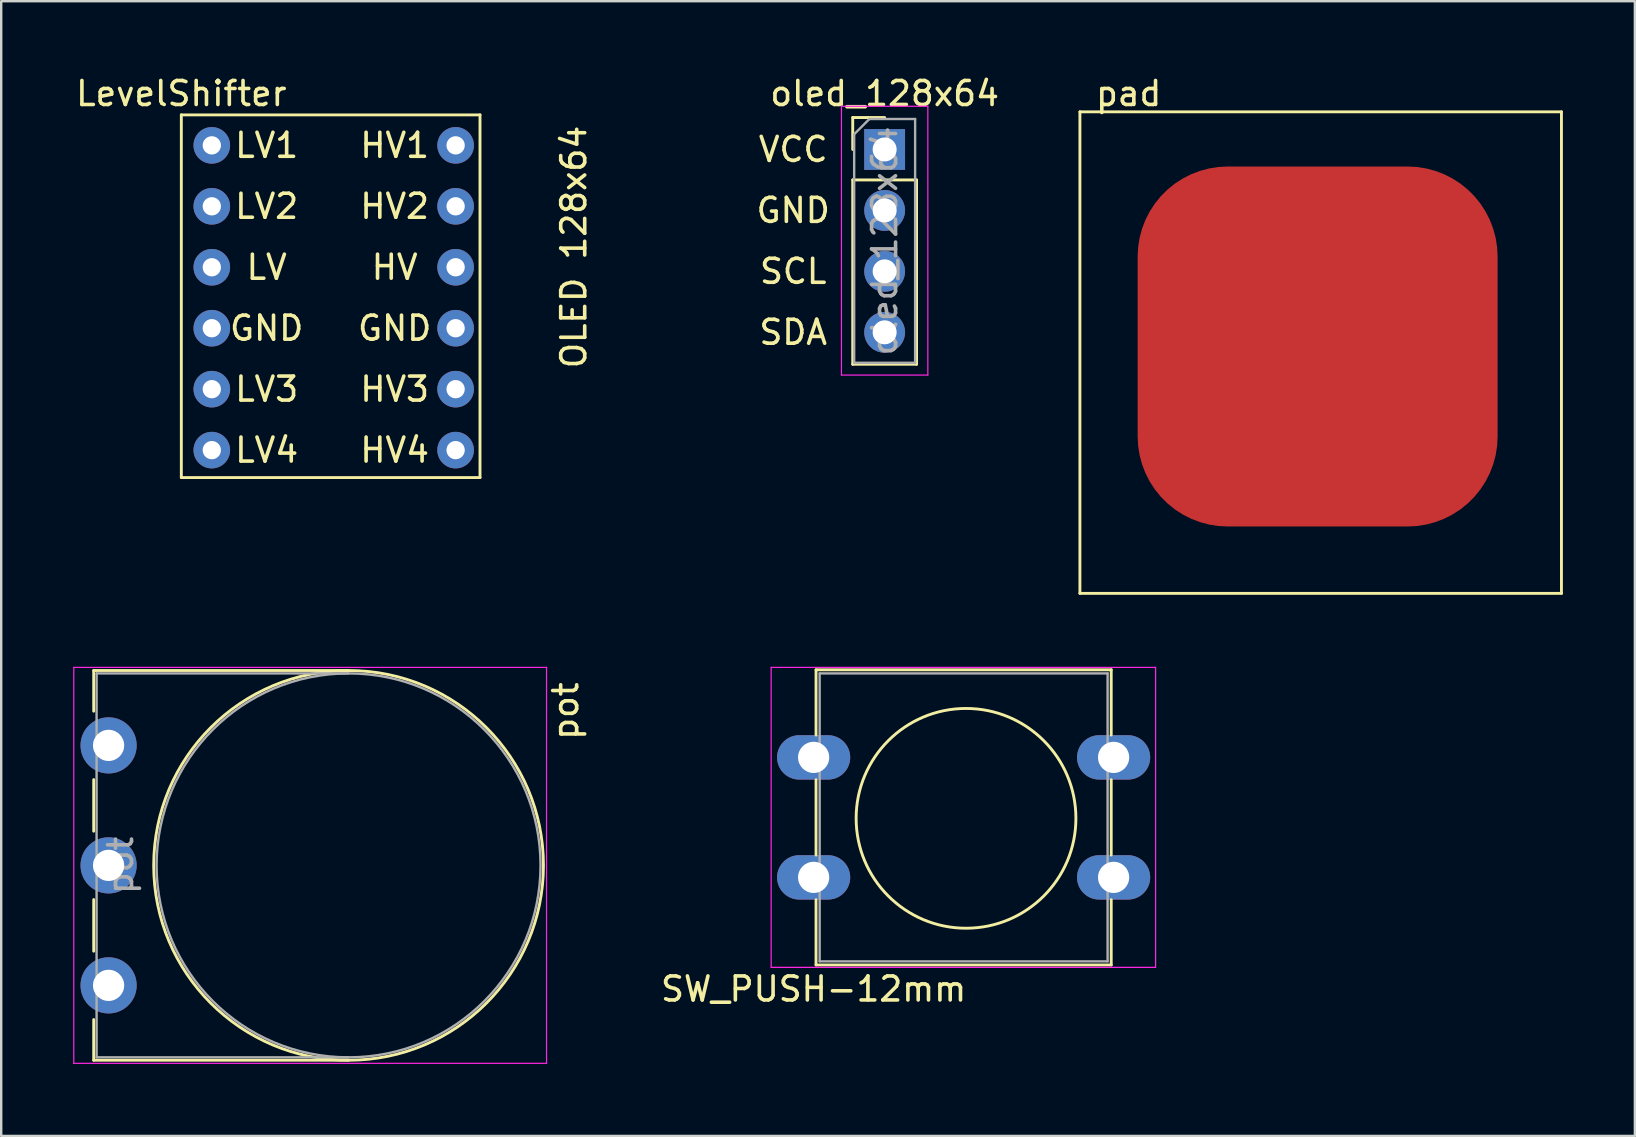
<source format=kicad_pcb>
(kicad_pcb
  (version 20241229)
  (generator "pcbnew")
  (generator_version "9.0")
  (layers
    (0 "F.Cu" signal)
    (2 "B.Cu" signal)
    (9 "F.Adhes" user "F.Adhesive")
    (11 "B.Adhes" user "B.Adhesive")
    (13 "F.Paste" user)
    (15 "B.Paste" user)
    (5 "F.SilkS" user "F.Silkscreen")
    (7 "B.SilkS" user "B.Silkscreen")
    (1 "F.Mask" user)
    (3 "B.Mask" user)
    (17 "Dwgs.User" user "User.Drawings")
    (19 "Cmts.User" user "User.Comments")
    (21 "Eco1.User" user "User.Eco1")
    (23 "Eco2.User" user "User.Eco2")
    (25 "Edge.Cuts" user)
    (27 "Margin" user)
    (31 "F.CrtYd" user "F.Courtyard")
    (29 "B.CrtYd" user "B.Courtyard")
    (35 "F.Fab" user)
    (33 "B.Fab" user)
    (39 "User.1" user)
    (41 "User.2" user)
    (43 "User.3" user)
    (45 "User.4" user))
  (footprint "pad"
    (layer "F.Cu")
    (at 41.951 1.61)
    (property "Reference" "pad" (at 2.032 -0.762 0) (layer "F.SilkS") (effects (font (size 1 1) (thickness 0.15))))
    (attr through_hole)
    (fp_line (start 0 0) (end 20.066 0) (stroke (width 0.12) (type solid)) (layer "F.SilkS"))
    (fp_line (start 0 20.066) (end 0 0) (stroke (width 0.12) (type solid)) (layer "F.SilkS"))
    (fp_line (start 20.066 0) (end 20.066 20.066) (stroke (width 0.12) (type solid)) (layer "F.SilkS"))
    (fp_line (start 20.066 20.066) (end 0 20.066) (stroke (width 0.12) (type solid)) (layer "F.SilkS"))
    (pad "1" smd roundrect (at 9.906 9.779) (size 15 15) (layers "F.Cu" "F.Mask" "F.Paste") (roundrect_rratio 0.25)))
  (footprint "LevelShifter"
    (layer "F.Cu")
    (at 8.316 13.167)
    (property "Reference" "LevelShifter" (at -3.81 -12.319 0) (layer "F.SilkS") (effects (font (size 1 1) (thickness 0.15))))
    (attr through_hole)
    (fp_line (start -3.81 -11.43) (end 8.636 -11.43) (stroke (width 0.12) (type solid)) (layer "F.SilkS"))
    (fp_line (start -3.81 3.683) (end -3.81 -11.43) (stroke (width 0.12) (type solid)) (layer "F.SilkS"))
    (fp_line (start 8.636 -11.43) (end 8.636 3.683) (stroke (width 0.12) (type solid)) (layer "F.SilkS"))
    (fp_line (start 8.636 3.683) (end -3.81 3.683) (stroke (width 0.12) (type solid)) (layer "F.SilkS"))
    (fp_text user "HV1" (at 5.08 -10.16 0) (layer "F.SilkS") (effects (font (size 1 1) (thickness 0.15))))
    (fp_text user "LV" (at -0.254 -5.08 0) (layer "F.SilkS") (effects (font (size 1 1) (thickness 0.15))))
    (fp_text user "GND" (at 5.08 -2.54 0) (layer "F.SilkS") (effects (font (size 1 1) (thickness 0.15))))
    (fp_text user "HV2" (at 5.08 -7.62 0) (layer "F.SilkS") (effects (font (size 1 1) (thickness 0.15))))
    (fp_text user "HV4" (at 5.08 2.54 0) (layer "F.SilkS") (effects (font (size 1 1) (thickness 0.15))))
    (fp_text user "LV2" (at -0.254 -7.62 0) (layer "F.SilkS") (effects (font (size 1 1) (thickness 0.15))))
    (fp_text user "GND" (at -0.254 -2.54 0) (layer "F.SilkS") (effects (font (size 1 1) (thickness 0.15))))
    (fp_text user "HV" (at 5.08 -5.08 0) (layer "F.SilkS") (effects (font (size 1 1) (thickness 0.15))))
    (fp_text user "LV1" (at -0.254 -10.16 0) (layer "F.SilkS") (effects (font (size 1 1) (thickness 0.15))))
    (fp_text user "LV4" (at -0.254 2.54 0) (layer "F.SilkS") (effects (font (size 1 1) (thickness 0.15))))
    (fp_text user "LV3" (at -0.254 0 0) (layer "F.SilkS") (effects (font (size 1 1) (thickness 0.15))))
    (fp_text user "HV3" (at 5.08 0 0) (layer "F.SilkS") (effects (font (size 1 1) (thickness 0.15))))
    (pad "1" thru_hole circle (at 7.62 -10.16) (size 1.524 1.524) (drill 0.762) (layers "*.Cu" "*.Mask"))
    (pad "2" thru_hole circle (at 7.62 -7.62) (size 1.524 1.524) (drill 0.762) (layers "*.Cu" "*.Mask"))
    (pad "3" thru_hole circle (at 7.62 -5.08) (size 1.524 1.524) (drill 0.762) (layers "*.Cu" "*.Mask"))
    (pad "4" thru_hole circle (at 7.62 -2.54) (size 1.524 1.524) (drill 0.762) (layers "*.Cu" "*.Mask"))
    (pad "5" thru_hole circle (at 7.62 0) (size 1.524 1.524) (drill 0.762) (layers "*.Cu" "*.Mask"))
    (pad "6" thru_hole circle (at 7.62 2.54) (size 1.524 1.524) (drill 0.762) (layers "*.Cu" "*.Mask"))
    (pad "7" thru_hole circle (at -2.54 -10.16) (size 1.524 1.524) (drill 0.762) (layers "*.Cu" "*.Mask"))
    (pad "8" thru_hole circle (at -2.54 -7.62) (size 1.524 1.524) (drill 0.762) (layers "*.Cu" "*.Mask"))
    (pad "9" thru_hole circle (at -2.54 -5.08) (size 1.524 1.524) (drill 0.762) (layers "*.Cu" "*.Mask"))
    (pad "10" thru_hole circle (at -2.54 -2.54) (size 1.524 1.524) (drill 0.762) (layers "*.Cu" "*.Mask"))
    (pad "11" thru_hole circle (at -2.54 0) (size 1.524 1.524) (drill 0.762) (layers "*.Cu" "*.Mask"))
    (pad "12" thru_hole circle (at -2.54 2.54) (size 1.524 1.524) (drill 0.762) (layers "*.Cu" "*.Mask")))
  (footprint "SW_PUSH-12mm"
    (layer "F.Cu")
    (at 30.855 28.511)
    (property "Reference" "SW_PUSH-12mm" (at 0 9.652 0) (layer "F.SilkS") (effects (font (size 1 1) (thickness 0.15))))
    (attr through_hole)
    (fp_line (start 0.1 -3.65) (end 12.4 -3.65) (stroke (width 0.12) (type solid)) (layer "F.SilkS"))
    (fp_line (start 0.1 -0.93) (end 0.1 -3.65) (stroke (width 0.12) (type solid)) (layer "F.SilkS"))
    (fp_line (start 0.1 4.07) (end 0.1 0.93) (stroke (width 0.12) (type solid)) (layer "F.SilkS"))
    (fp_line (start 0.1 8.65) (end 0.1 5.93) (stroke (width 0.12) (type solid)) (layer "F.SilkS"))
    (fp_line (start 12.4 -3.65) (end 12.4 -0.93) (stroke (width 0.12) (type solid)) (layer "F.SilkS"))
    (fp_line (start 12.4 0.93) (end 12.4 4.07) (stroke (width 0.12) (type solid)) (layer "F.SilkS"))
    (fp_line (start 12.4 5.93) (end 12.4 8.65) (stroke (width 0.12) (type solid)) (layer "F.SilkS"))
    (fp_line (start 12.4 8.65) (end 0.1 8.65) (stroke (width 0.12) (type solid)) (layer "F.SilkS"))
    (fp_circle (center 6.35 2.54) (end 10.16 5.08) (stroke (width 0.12) (type solid)) (fill no) (layer "F.SilkS"))
    (fp_line (start -1.77 -3.75) (end -1.77 8.75) (stroke (width 0.05) (type solid)) (layer "F.CrtYd"))
    (fp_line (start -1.77 -3.75) (end 14.25 -3.75) (stroke (width 0.05) (type solid)) (layer "F.CrtYd"))
    (fp_line (start 14.25 8.75) (end -1.77 8.75) (stroke (width 0.05) (type solid)) (layer "F.CrtYd"))
    (fp_line (start 14.25 8.75) (end 14.25 -3.75) (stroke (width 0.05) (type solid)) (layer "F.CrtYd"))
    (fp_line (start 0.25 -3.5) (end 0.25 8.5) (stroke (width 0.1) (type solid)) (layer "F.Fab"))
    (fp_line (start 0.25 -3.5) (end 12.25 -3.5) (stroke (width 0.1) (type solid)) (layer "F.Fab"))
    (fp_line (start 0.25 8.5) (end 12.25 8.5) (stroke (width 0.1) (type solid)) (layer "F.Fab"))
    (fp_line (start 12.25 -3.5) (end 12.25 8.5) (stroke (width 0.1) (type solid)) (layer "F.Fab"))
    (pad "1" thru_hole oval (at 0 0) (size 3.048 1.85) (drill 1.3) (layers "*.Cu" "*.Mask"))
    (pad "1" thru_hole oval (at 12.5 0) (size 3.048 1.85) (drill 1.3) (layers "*.Cu" "*.Mask"))
    (pad "2" thru_hole oval (at 0 5) (size 3.048 1.85) (drill 1.3) (layers "*.Cu" "*.Mask"))
    (pad "2" thru_hole oval (at 12.5 5) (size 3.048 1.85) (drill 1.3) (layers "*.Cu" "*.Mask")))
  (footprint "pot"
    (layer "F.Cu")
    (at 1.475 38.011)
    (property "Reference" "pot" (at 19.05 -11.43 270) (layer "F.SilkS") (effects (font (size 1 1) (thickness 0.15))))
    (attr through_hole)
    (fp_line (start -0.62 -13.12) (end -0.62 -11.426) (stroke (width 0.12) (type solid)) (layer "F.SilkS"))
    (fp_line (start -0.62 -13.12) (end 10 -13.12) (stroke (width 0.12) (type solid)) (layer "F.SilkS"))
    (fp_line (start -0.62 -8.574) (end -0.62 -6.425) (stroke (width 0.12) (type solid)) (layer "F.SilkS"))
    (fp_line (start -0.62 -3.575) (end -0.62 -1.425) (stroke (width 0.12) (type solid)) (layer "F.SilkS"))
    (fp_line (start -0.62 1.425) (end -0.62 3.12) (stroke (width 0.12) (type solid)) (layer "F.SilkS"))
    (fp_line (start -0.62 3.12) (end 10 3.12) (stroke (width 0.12) (type solid)) (layer "F.SilkS"))
    (fp_circle (center 10 -5) (end 18.12 -5) (stroke (width 0.12) (type solid)) (fill no) (layer "F.SilkS"))
    (fp_line (start -1.45 -13.25) (end -1.45 3.25) (stroke (width 0.05) (type solid)) (layer "F.CrtYd"))
    (fp_line (start -1.45 3.25) (end 18.25 3.25) (stroke (width 0.05) (type solid)) (layer "F.CrtYd"))
    (fp_line (start 18.25 -13.25) (end -1.45 -13.25) (stroke (width 0.05) (type solid)) (layer "F.CrtYd"))
    (fp_line (start 18.25 3.25) (end 18.25 -13.25) (stroke (width 0.05) (type solid)) (layer "F.CrtYd"))
    (fp_line (start -0.5 -13) (end -0.5 3) (stroke (width 0.1) (type solid)) (layer "F.Fab"))
    (fp_line (start -0.5 3) (end 10 3) (stroke (width 0.1) (type solid)) (layer "F.Fab"))
    (fp_line (start 10 -13) (end -0.5 -13) (stroke (width 0.1) (type solid)) (layer "F.Fab"))
    (fp_circle (center 10 -5) (end 18 -5) (stroke (width 0.1) (type solid)) (fill no) (layer "F.Fab"))
    (fp_text user "${REFERENCE}" (at 0.5 -5 270) (layer "F.Fab") (effects (font (size 1 1) (thickness 0.15))))
    (pad "1" thru_hole circle (at 0 0) (size 2.34 2.34) (drill 1.3) (layers "*.Cu" "*.Mask"))
    (pad "2" thru_hole circle (at 0 -5) (size 2.34 2.34) (drill 1.3) (layers "*.Cu" "*.Mask"))
    (pad "3" thru_hole circle (at 0 -10) (size 2.34 2.34) (drill 1.3) (layers "*.Cu" "*.Mask")))
  (footprint "oled_128x64"
    (layer "F.Cu")
    (at 33.814 3.178)
    (property "Reference" "oled_128x64" (at 0 -2.33 0) (layer "F.SilkS") (effects (font (size 1 1) (thickness 0.15))))
    (attr through_hole)
    (fp_line (start -1.33 -1.33) (end 0 -1.33) (stroke (width 0.12) (type solid)) (layer "F.SilkS"))
    (fp_line (start -1.33 0) (end -1.33 -1.33) (stroke (width 0.12) (type solid)) (layer "F.SilkS"))
    (fp_line (start -1.33 1.27) (end -1.33 8.95) (stroke (width 0.12) (type solid)) (layer "F.SilkS"))
    (fp_line (start -1.33 1.27) (end 1.33 1.27) (stroke (width 0.12) (type solid)) (layer "F.SilkS"))
    (fp_line (start -1.33 8.95) (end 1.33 8.95) (stroke (width 0.12) (type solid)) (layer "F.SilkS"))
    (fp_line (start 1.33 1.27) (end 1.33 8.95) (stroke (width 0.12) (type solid)) (layer "F.SilkS"))
    (fp_line (start -1.8 -1.8) (end -1.8 9.4) (stroke (width 0.05) (type solid)) (layer "F.CrtYd"))
    (fp_line (start -1.8 9.4) (end 1.8 9.4) (stroke (width 0.05) (type solid)) (layer "F.CrtYd"))
    (fp_line (start 1.8 -1.8) (end -1.8 -1.8) (stroke (width 0.05) (type solid)) (layer "F.CrtYd"))
    (fp_line (start 1.8 9.4) (end 1.8 -1.8) (stroke (width 0.05) (type solid)) (layer "F.CrtYd"))
    (fp_line (start -1.27 -0.635) (end -0.635 -1.27) (stroke (width 0.1) (type solid)) (layer "F.Fab"))
    (fp_line (start -1.27 8.89) (end -1.27 -0.635) (stroke (width 0.1) (type solid)) (layer "F.Fab"))
    (fp_line (start -0.635 -1.27) (end 1.27 -1.27) (stroke (width 0.1) (type solid)) (layer "F.Fab"))
    (fp_line (start 1.27 -1.27) (end 1.27 8.89) (stroke (width 0.1) (type solid)) (layer "F.Fab"))
    (fp_line (start 1.27 8.89) (end -1.27 8.89) (stroke (width 0.1) (type solid)) (layer "F.Fab"))
    (fp_text user "OLED 128x64" (at -12.954 4.064 270) (layer "F.SilkS") (effects (font (size 1 1) (thickness 0.15))))
    (fp_text user "SCL" (at -3.81 5.08 0) (layer "F.SilkS") (effects (font (size 1 1) (thickness 0.15))))
    (fp_text user "GND" (at -3.81 2.54 0) (layer "F.SilkS") (effects (font (size 1 1) (thickness 0.15))))
    (fp_text user "SDA" (at -3.81 7.62 0) (layer "F.SilkS") (effects (font (size 1 1) (thickness 0.15))))
    (fp_text user "VCC" (at -3.81 0 0) (layer "F.SilkS") (effects (font (size 1 1) (thickness 0.15))))
    (fp_text user "${REFERENCE}" (at 0 3.81 270) (layer "F.Fab") (effects (font (size 1 1) (thickness 0.15))))
    (pad "1" thru_hole rect (at 0 0) (size 1.7 1.7) (drill 1) (layers "*.Cu" "*.Mask"))
    (pad "2" thru_hole oval (at 0 2.54) (size 1.7 1.7) (drill 1) (layers "*.Cu" "*.Mask"))
    (pad "3" thru_hole oval (at 0 5.08) (size 1.7 1.7) (drill 1) (layers "*.Cu" "*.Mask"))
    (pad "4" thru_hole oval (at 0 7.62) (size 1.7 1.7) (drill 1) (layers "*.Cu" "*.Mask")))
  (gr_rect
    (start -3 -3)
    (end 65.077 44.286)
    (stroke (width 0.1) (type default))
    (fill no)
    (layer "Edge.Cuts")))
</source>
